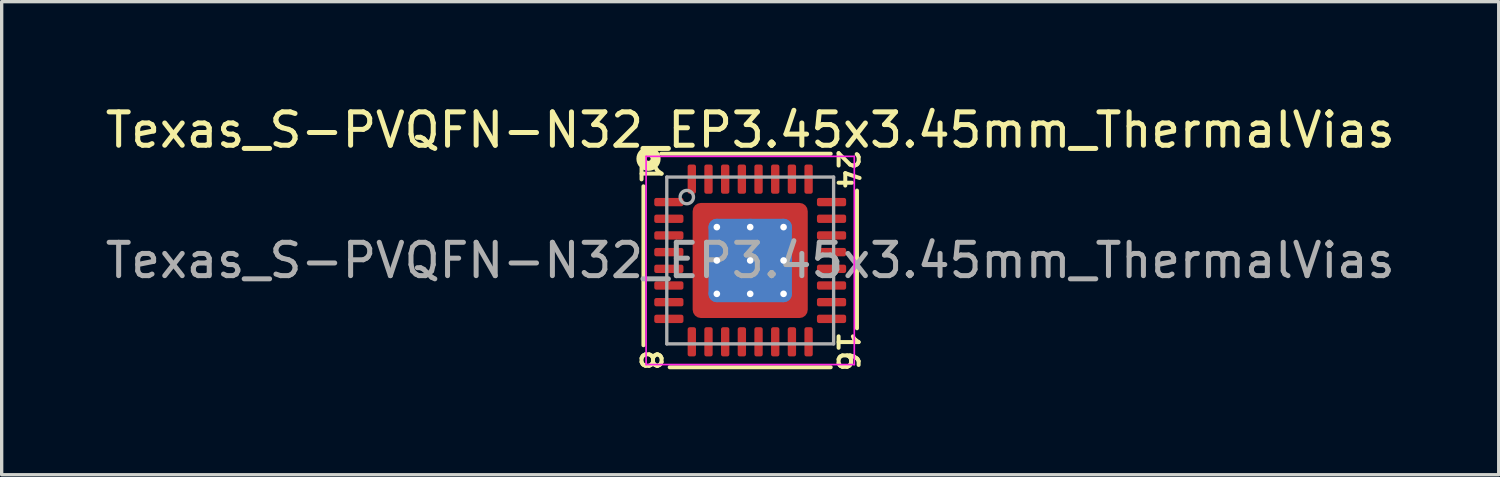
<source format=kicad_pcb>
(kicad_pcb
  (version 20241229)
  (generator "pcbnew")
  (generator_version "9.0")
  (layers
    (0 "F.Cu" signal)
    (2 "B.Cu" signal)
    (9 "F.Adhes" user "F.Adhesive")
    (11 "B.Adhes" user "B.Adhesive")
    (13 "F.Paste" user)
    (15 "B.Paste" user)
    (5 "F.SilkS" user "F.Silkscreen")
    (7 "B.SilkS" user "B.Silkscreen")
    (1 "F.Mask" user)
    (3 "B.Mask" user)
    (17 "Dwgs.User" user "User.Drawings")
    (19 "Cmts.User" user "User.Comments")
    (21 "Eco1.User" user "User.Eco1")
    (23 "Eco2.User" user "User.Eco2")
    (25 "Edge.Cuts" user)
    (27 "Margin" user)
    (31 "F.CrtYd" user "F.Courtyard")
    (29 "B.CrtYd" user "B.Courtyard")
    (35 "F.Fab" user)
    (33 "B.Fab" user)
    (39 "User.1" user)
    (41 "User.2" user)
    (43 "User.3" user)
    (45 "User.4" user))
  (footprint "Texas_S-PVQFN-N32_EP3.45x3.45mm_ThermalVias"
    (layer "F.Cu")
    (at 19.435 4.757)
    (property "Reference" "Texas_S-PVQFN-N32_EP3.45x3.45mm_ThermalVias" (at 0 -3.909 0) (layer "F.SilkS") (effects (font (size 1 1) (thickness 0.15))))
    (attr smd)
    (fp_line (start -3.2 -2.223) (end -3.2 2.54) (stroke (width 0.12) (type solid)) (layer "F.SilkS"))
    (fp_line (start -2.413 3.2) (end 2.413 3.2) (stroke (width 0.12) (type solid)) (layer "F.SilkS"))
    (fp_line (start 2.413 -3.2) (end -2.667 -3.2) (stroke (width 0.12) (type solid)) (layer "F.SilkS"))
    (fp_line (start 3.2 2.032) (end 3.2 -2.095) (stroke (width 0.12) (type solid)) (layer "F.SilkS"))
    (fp_circle (center -3.048 -3.048) (end -2.985 -3.048) (stroke (width 0.3) (type solid)) (fill no) (layer "F.SilkS"))
    (fp_line (start -3.12 -3.12) (end -3.12 3.12) (stroke (width 0.05) (type solid)) (layer "F.CrtYd"))
    (fp_line (start -3.12 3.12) (end 3.12 3.12) (stroke (width 0.05) (type solid)) (layer "F.CrtYd"))
    (fp_line (start 3.12 -3.12) (end -3.12 -3.12) (stroke (width 0.05) (type solid)) (layer "F.CrtYd"))
    (fp_line (start 3.12 3.12) (end 3.12 -3.12) (stroke (width 0.05) (type solid)) (layer "F.CrtYd"))
    (fp_line (start -2.5 -2.5) (end 2.5 -2.5) (stroke (width 0.1) (type solid)) (layer "F.Fab"))
    (fp_line (start -2.5 2.5) (end -2.5 -2.5) (stroke (width 0.1) (type solid)) (layer "F.Fab"))
    (fp_line (start 2.5 -2.5) (end 2.5 2.5) (stroke (width 0.1) (type solid)) (layer "F.Fab"))
    (fp_line (start 2.5 2.5) (end -2.5 2.5) (stroke (width 0.1) (type solid)) (layer "F.Fab"))
    (fp_circle (center -1.9 -1.9) (end -1.7 -1.9) (stroke (width 0.1) (type solid)) (fill no) (layer "F.Fab"))
    (fp_text user "8" (at -2.985 2.985 270) (unlocked yes) (layer "F.SilkS") (effects (font (size 0.6 0.6) (thickness 0.12))))
    (fp_text user "16" (at 2.921 2.731 270) (unlocked yes) (layer "F.SilkS") (effects (font (size 0.6 0.6) (thickness 0.12))))
    (fp_text user "1" (at -2.985 -2.603 270) (unlocked yes) (layer "F.SilkS") (effects (font (size 0.6 0.6) (thickness 0.12))))
    (fp_text user "24" (at 2.921 -2.731 270) (unlocked yes) (layer "F.SilkS") (effects (font (size 0.6 0.6) (thickness 0.12))))
    (fp_text user "${REFERENCE}" (at 0 0 0) (layer "F.Fab") (effects (font (size 1 1) (thickness 0.15))))
    (pad "" smd custom (at -1.363 -1.363) (size 0.484 0.484) (layers "F.Paste") (options (anchor circle)) (primitives (gr_poly (pts (xy 0.192 0.108) (xy 0.108 0.192) (xy -0.192 0.192) (xy -0.192 -0.192) (xy 0.192 -0.192)) (width 0.201) (fill yes))))
    (pad "" smd custom (at -1.363 -0.5) (size 0.503 0.503) (layers "F.Paste") (options (anchor circle)) (primitives (gr_poly (pts (xy 0.21 -0.254) (xy 0.21 0.254) (xy 0.143 0.321) (xy -0.21 0.321) (xy -0.21 -0.321) (xy 0.143 -0.321)) (width 0.164) (fill yes))))
    (pad "" smd custom (at -1.363 0.5) (size 0.503 0.503) (layers "F.Paste") (options (anchor circle)) (primitives (gr_poly (pts (xy 0.21 -0.254) (xy 0.21 0.254) (xy 0.143 0.321) (xy -0.21 0.321) (xy -0.21 -0.321) (xy 0.143 -0.321)) (width 0.164) (fill yes))))
    (pad "" smd custom (at -1.363 1.363) (size 0.484 0.484) (layers "F.Paste") (options (anchor circle)) (primitives (gr_poly (pts (xy 0.192 -0.108) (xy 0.192 0.192) (xy -0.192 0.192) (xy -0.192 -0.192) (xy 0.108 -0.192)) (width 0.201) (fill yes))))
    (pad "" smd custom (at -0.5 -1.363) (size 0.503 0.503) (layers "F.Paste") (options (anchor circle)) (primitives (gr_poly (pts (xy 0.321 0.143) (xy 0.254 0.21) (xy -0.254 0.21) (xy -0.321 0.143) (xy -0.321 -0.21) (xy 0.321 -0.21)) (width 0.164) (fill yes))))
    (pad "" smd roundrect (at -0.5 -0.5) (size 0.806 0.806) (layers "F.Paste") (roundrect_rratio 0.25))
    (pad "" smd roundrect (at -0.5 0.5) (size 0.806 0.806) (layers "F.Paste") (roundrect_rratio 0.25))
    (pad "" smd custom (at -0.5 1.363) (size 0.503 0.503) (layers "F.Paste") (options (anchor circle)) (primitives (gr_poly (pts (xy 0.321 -0.143) (xy 0.321 0.21) (xy -0.321 0.21) (xy -0.321 -0.143) (xy -0.254 -0.21) (xy 0.254 -0.21)) (width 0.164) (fill yes))))
    (pad "" smd custom (at 0.5 -1.363) (size 0.503 0.503) (layers "F.Paste") (options (anchor circle)) (primitives (gr_poly (pts (xy 0.321 0.143) (xy 0.254 0.21) (xy -0.254 0.21) (xy -0.321 0.143) (xy -0.321 -0.21) (xy 0.321 -0.21)) (width 0.164) (fill yes))))
    (pad "" smd roundrect (at 0.5 -0.5) (size 0.806 0.806) (layers "F.Paste") (roundrect_rratio 0.25))
    (pad "" smd roundrect (at 0.5 0.5) (size 0.806 0.806) (layers "F.Paste") (roundrect_rratio 0.25))
    (pad "" smd custom (at 0.5 1.363) (size 0.503 0.503) (layers "F.Paste") (options (anchor circle)) (primitives (gr_poly (pts (xy 0.321 -0.143) (xy 0.321 0.21) (xy -0.321 0.21) (xy -0.321 -0.143) (xy -0.254 -0.21) (xy 0.254 -0.21)) (width 0.164) (fill yes))))
    (pad "" smd custom (at 1.363 -1.363) (size 0.484 0.484) (layers "F.Paste") (options (anchor circle)) (primitives (gr_poly (pts (xy 0.192 0.192) (xy -0.108 0.192) (xy -0.192 0.108) (xy -0.192 -0.192) (xy 0.192 -0.192)) (width 0.201) (fill yes))))
    (pad "" smd custom (at 1.363 -0.5) (size 0.503 0.503) (layers "F.Paste") (options (anchor circle)) (primitives (gr_poly (pts (xy 0.21 0.321) (xy -0.143 0.321) (xy -0.21 0.254) (xy -0.21 -0.254) (xy -0.143 -0.321) (xy 0.21 -0.321)) (width 0.164) (fill yes))))
    (pad "" smd custom (at 1.363 0.5) (size 0.503 0.503) (layers "F.Paste") (options (anchor circle)) (primitives (gr_poly (pts (xy 0.21 0.321) (xy -0.143 0.321) (xy -0.21 0.254) (xy -0.21 -0.254) (xy -0.143 -0.321) (xy 0.21 -0.321)) (width 0.164) (fill yes))))
    (pad "" smd custom (at 1.363 1.363) (size 0.484 0.484) (layers "F.Paste") (options (anchor circle)) (primitives (gr_poly (pts (xy 0.192 0.192) (xy -0.192 0.192) (xy -0.192 -0.108) (xy -0.108 -0.192) (xy 0.192 -0.192)) (width 0.201) (fill yes))))
    (pad "1" smd roundrect (at -2.438 -1.75) (size 0.875 0.25) (layers "F.Cu" "F.Mask" "F.Paste") (roundrect_rratio 0.25))
    (pad "2" smd roundrect (at -2.438 -1.25) (size 0.875 0.25) (layers "F.Cu" "F.Mask" "F.Paste") (roundrect_rratio 0.25))
    (pad "3" smd roundrect (at -2.438 -0.75) (size 0.875 0.25) (layers "F.Cu" "F.Mask" "F.Paste") (roundrect_rratio 0.25))
    (pad "4" smd roundrect (at -2.438 -0.25) (size 0.875 0.25) (layers "F.Cu" "F.Mask" "F.Paste") (roundrect_rratio 0.25))
    (pad "5" smd roundrect (at -2.438 0.25) (size 0.875 0.25) (layers "F.Cu" "F.Mask" "F.Paste") (roundrect_rratio 0.25))
    (pad "6" smd roundrect (at -2.438 0.75) (size 0.875 0.25) (layers "F.Cu" "F.Mask" "F.Paste") (roundrect_rratio 0.25))
    (pad "7" smd roundrect (at -2.438 1.25) (size 0.875 0.25) (layers "F.Cu" "F.Mask" "F.Paste") (roundrect_rratio 0.25))
    (pad "8" smd roundrect (at -2.438 1.75) (size 0.875 0.25) (layers "F.Cu" "F.Mask" "F.Paste") (roundrect_rratio 0.25))
    (pad "9" smd roundrect (at -1.75 2.438) (size 0.25 0.875) (layers "F.Cu" "F.Mask" "F.Paste") (roundrect_rratio 0.25))
    (pad "10" smd roundrect (at -1.25 2.438) (size 0.25 0.875) (layers "F.Cu" "F.Mask" "F.Paste") (roundrect_rratio 0.25))
    (pad "11" smd roundrect (at -0.75 2.438) (size 0.25 0.875) (layers "F.Cu" "F.Mask" "F.Paste") (roundrect_rratio 0.25))
    (pad "12" smd roundrect (at -0.25 2.438) (size 0.25 0.875) (layers "F.Cu" "F.Mask" "F.Paste") (roundrect_rratio 0.25))
    (pad "13" smd roundrect (at 0.25 2.438) (size 0.25 0.875) (layers "F.Cu" "F.Mask" "F.Paste") (roundrect_rratio 0.25))
    (pad "14" smd roundrect (at 0.75 2.438) (size 0.25 0.875) (layers "F.Cu" "F.Mask" "F.Paste") (roundrect_rratio 0.25))
    (pad "15" smd roundrect (at 1.25 2.438) (size 0.25 0.875) (layers "F.Cu" "F.Mask" "F.Paste") (roundrect_rratio 0.25))
    (pad "16" smd roundrect (at 1.75 2.438) (size 0.25 0.875) (layers "F.Cu" "F.Mask" "F.Paste") (roundrect_rratio 0.25))
    (pad "17" smd roundrect (at 2.438 1.75) (size 0.875 0.25) (layers "F.Cu" "F.Mask" "F.Paste") (roundrect_rratio 0.25))
    (pad "18" smd roundrect (at 2.438 1.25) (size 0.875 0.25) (layers "F.Cu" "F.Mask" "F.Paste") (roundrect_rratio 0.25))
    (pad "19" smd roundrect (at 2.438 0.75) (size 0.875 0.25) (layers "F.Cu" "F.Mask" "F.Paste") (roundrect_rratio 0.25))
    (pad "20" smd roundrect (at 2.438 0.25) (size 0.875 0.25) (layers "F.Cu" "F.Mask" "F.Paste") (roundrect_rratio 0.25))
    (pad "21" smd roundrect (at 2.438 -0.25) (size 0.875 0.25) (layers "F.Cu" "F.Mask" "F.Paste") (roundrect_rratio 0.25))
    (pad "22" smd roundrect (at 2.438 -0.75) (size 0.875 0.25) (layers "F.Cu" "F.Mask" "F.Paste") (roundrect_rratio 0.25))
    (pad "23" smd roundrect (at 2.438 -1.25) (size 0.875 0.25) (layers "F.Cu" "F.Mask" "F.Paste") (roundrect_rratio 0.25))
    (pad "24" smd roundrect (at 2.438 -1.75) (size 0.875 0.25) (layers "F.Cu" "F.Mask" "F.Paste") (roundrect_rratio 0.25))
    (pad "25" smd roundrect (at 1.75 -2.438) (size 0.25 0.875) (layers "F.Cu" "F.Mask" "F.Paste") (roundrect_rratio 0.25))
    (pad "26" smd roundrect (at 1.25 -2.438) (size 0.25 0.875) (layers "F.Cu" "F.Mask" "F.Paste") (roundrect_rratio 0.25))
    (pad "27" smd roundrect (at 0.75 -2.438) (size 0.25 0.875) (layers "F.Cu" "F.Mask" "F.Paste") (roundrect_rratio 0.25))
    (pad "28" smd roundrect (at 0.25 -2.438) (size 0.25 0.875) (layers "F.Cu" "F.Mask" "F.Paste") (roundrect_rratio 0.25))
    (pad "29" smd roundrect (at -0.25 -2.438) (size 0.25 0.875) (layers "F.Cu" "F.Mask" "F.Paste") (roundrect_rratio 0.25))
    (pad "30" smd roundrect (at -0.75 -2.438) (size 0.25 0.875) (layers "F.Cu" "F.Mask" "F.Paste") (roundrect_rratio 0.25))
    (pad "31" smd roundrect (at -1.25 -2.438) (size 0.25 0.875) (layers "F.Cu" "F.Mask" "F.Paste") (roundrect_rratio 0.25))
    (pad "32" smd roundrect (at -1.75 -2.438) (size 0.25 0.875) (layers "F.Cu" "F.Mask" "F.Paste") (roundrect_rratio 0.25))
    (pad "33" thru_hole circle (at -1 -1) (size 0.5 0.5) (drill 0.2) (property pad_prop_heatsink) (layers "*.Cu"))
    (pad "33" thru_hole circle (at -1 0) (size 0.5 0.5) (drill 0.2) (property pad_prop_heatsink) (layers "*.Cu"))
    (pad "33" thru_hole circle (at -1 1) (size 0.5 0.5) (drill 0.2) (property pad_prop_heatsink) (layers "*.Cu"))
    (pad "33" thru_hole circle (at 0 -1) (size 0.5 0.5) (drill 0.2) (property pad_prop_heatsink) (layers "*.Cu"))
    (pad "33" thru_hole circle (at 0 0) (size 0.5 0.5) (drill 0.2) (property pad_prop_heatsink) (layers "*.Cu"))
    (pad "33" smd roundrect (at 0 0) (size 2.5 2.5) (layers "B.Cu" "B.Mask") (roundrect_rratio 0.1))
    (pad "33" smd roundrect (at 0 0) (size 3.45 3.45) (layers "F.Cu" "F.Mask") (roundrect_rratio 0.072))
    (pad "33" thru_hole circle (at 0 1) (size 0.5 0.5) (drill 0.2) (property pad_prop_heatsink) (layers "*.Cu"))
    (pad "33" thru_hole circle (at 1 -1) (size 0.5 0.5) (drill 0.2) (property pad_prop_heatsink) (layers "*.Cu"))
    (pad "33" thru_hole circle (at 1 0) (size 0.5 0.5) (drill 0.2) (property pad_prop_heatsink) (layers "*.Cu"))
    (pad "33" thru_hole circle (at 1 1) (size 0.5 0.5) (drill 0.2) (property pad_prop_heatsink) (layers "*.Cu")))
  (gr_rect
    (start -3 -3)
    (end 41.869 11.179)
    (stroke (width 0.1) (type default))
    (fill no)
    (layer "Edge.Cuts")))
</source>
